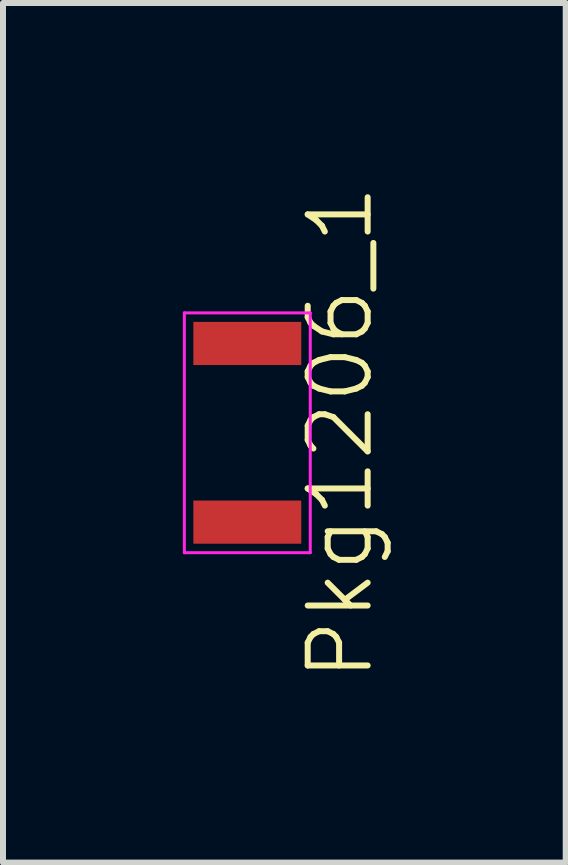
<source format=kicad_pcb>
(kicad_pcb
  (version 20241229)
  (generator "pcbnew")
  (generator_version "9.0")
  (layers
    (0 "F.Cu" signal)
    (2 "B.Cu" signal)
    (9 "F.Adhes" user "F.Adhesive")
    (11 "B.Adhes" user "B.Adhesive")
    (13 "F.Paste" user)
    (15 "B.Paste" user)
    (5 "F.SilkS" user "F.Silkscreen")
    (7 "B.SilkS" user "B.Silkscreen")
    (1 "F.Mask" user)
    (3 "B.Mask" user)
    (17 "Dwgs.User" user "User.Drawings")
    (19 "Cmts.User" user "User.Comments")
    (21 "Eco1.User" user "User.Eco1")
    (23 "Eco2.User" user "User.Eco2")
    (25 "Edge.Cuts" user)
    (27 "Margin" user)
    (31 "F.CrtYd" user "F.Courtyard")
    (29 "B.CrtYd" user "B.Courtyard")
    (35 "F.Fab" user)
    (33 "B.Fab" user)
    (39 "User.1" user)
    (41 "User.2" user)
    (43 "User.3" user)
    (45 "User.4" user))
  (footprint "Pkg1206_1"
    (layer "F.Cu")
    (at 1.075 4.169)
    (property "Reference" "Pkg1206_1" (at 1.55 0 90) (layer "F.SilkS") (effects (font (size 1 1) (thickness 0.1))))
    (fp_line (start -1.05 -2) (end -1.05 2) (stroke (width 0.05) (type solid)) (layer "F.CrtYd"))
    (fp_line (start -1.05 2) (end 1.05 2) (stroke (width 0.05) (type solid)) (layer "F.CrtYd"))
    (fp_line (start 1.05 -2) (end -1.05 -2) (stroke (width 0.05) (type solid)) (layer "F.CrtYd"))
    (fp_line (start 1.05 2) (end 1.05 -2) (stroke (width 0.05) (type solid)) (layer "F.CrtYd"))
    (pad "1" smd rect (at 0 -1.49) (size 1.8 0.72) (layers "F.Cu" "F.Mask" "F.Paste"))
    (pad "2" smd rect (at 0 1.49) (size 1.8 0.72) (layers "F.Cu" "F.Mask" "F.Paste")))
  (gr_rect
    (start -3 -3)
    (end 6.386 11.338)
    (stroke (width 0.1) (type default))
    (fill no)
    (layer "Edge.Cuts")))
</source>
